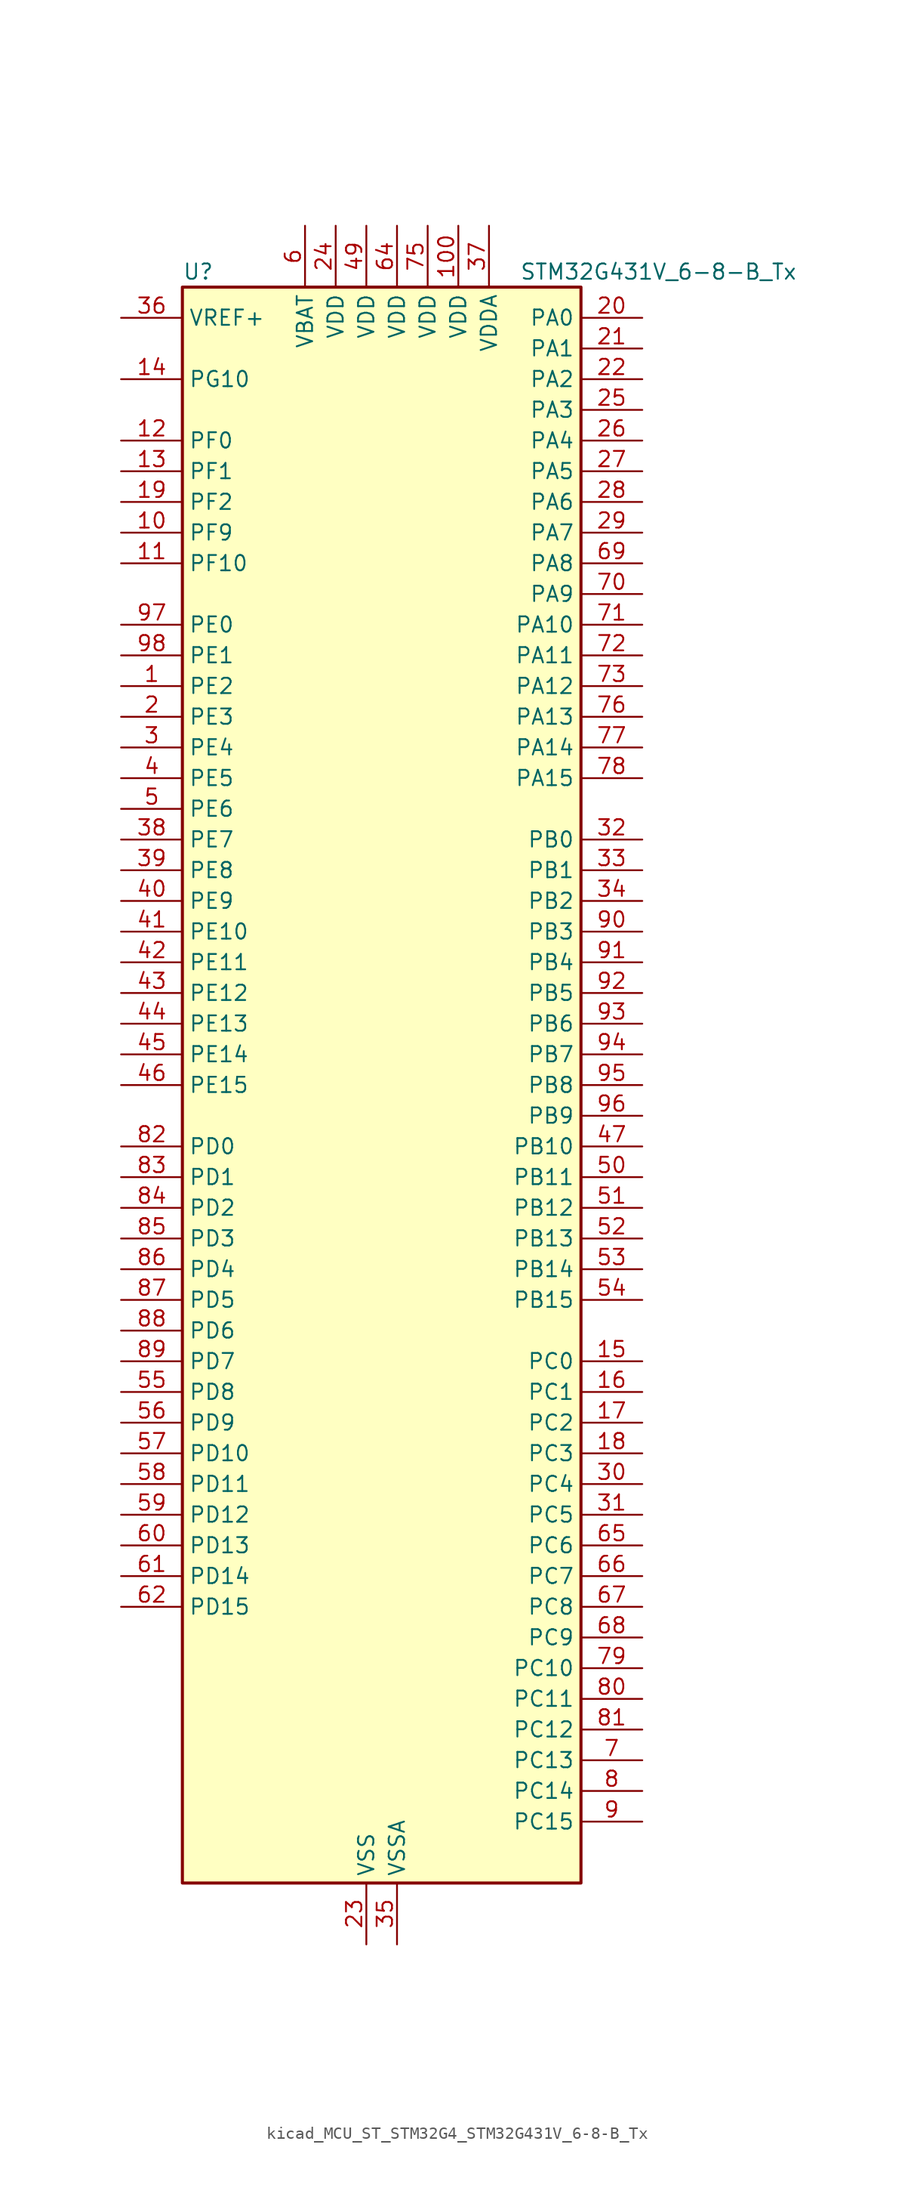
<source format=kicad_sym>
(kicad_symbol_lib
  (version 20220914)
  (generator kicad_symbol_editor)
  (symbol "kicad_MCU_ST_STM32G4_STM32G431V_6-8-B_Tx"
    (property "Reference" "U"
      (at -15.24 67.31 0)
      (effects (font (size 1.27 1.27)) (justify left)))
    (property "Value" "STM32G431V_6-8-B_Tx"
      (at 12.7 67.31 0)
      (effects (font (size 1.27 1.27)) (justify left)))
    (property "ki_locked" ""
      (at 0 0 0)
      (effects (font (size 1.27 1.27))))
    (symbol "kicad_MCU_ST_STM32G4_STM32G431V_6-8-B_Tx_0_1"
      (rectangle (start -15.24 -66.04) (end 17.78 66.04) (stroke (width 0.254) (type default)) (fill (type background))))
    (symbol "kicad_MCU_ST_STM32G4_STM32G431V_6-8-B_Tx_1_1"
      (pin bidirectional line (at -20.32 33.02 0) (length 5.08) (name "PE2" (effects (font (size 1.27 1.27)))) (number "1" (effects (font (size 1.27 1.27)))) (alternate "SAI1_CK1" bidirectional line) (alternate "SAI1_MCLK_A" bidirectional line) (alternate "SYS_TRACECLK" bidirectional line) (alternate "TIM3_CH1" bidirectional line))
      (pin bidirectional line (at -20.32 45.72 0) (length 5.08) (name "PF9" (effects (font (size 1.27 1.27)))) (number "10" (effects (font (size 1.27 1.27)))) (alternate "DAC1_EXTI9" bidirectional line) (alternate "DAC3_EXTI9" bidirectional line) (alternate "SAI1_FS_B" bidirectional line) (alternate "SPI2_SCK" bidirectional line) (alternate "TIM15_CH1" bidirectional line))
      (pin power_in line (at 7.62 71.12 270) (length 5.08) (name "VDD" (effects (font (size 1.27 1.27)))) (number "100" (effects (font (size 1.27 1.27)))))
      (pin bidirectional line (at -20.32 43.18 0) (length 5.08) (name "PF10" (effects (font (size 1.27 1.27)))) (number "11" (effects (font (size 1.27 1.27)))) (alternate "DAC1_EXTI10" bidirectional line) (alternate "DAC3_EXTI10" bidirectional line) (alternate "SAI1_D3" bidirectional line) (alternate "SPI2_SCK" bidirectional line) (alternate "TIM15_CH2" bidirectional line))
      (pin bidirectional line (at -20.32 53.34 0) (length 5.08) (name "PF0" (effects (font (size 1.27 1.27)))) (number "12" (effects (font (size 1.27 1.27)))) (alternate "ADC1_IN10" bidirectional line) (alternate "I2C2_SDA" bidirectional line) (alternate "I2S2_WS" bidirectional line) (alternate "RCC_OSC_IN" bidirectional line) (alternate "SPI2_NSS" bidirectional line) (alternate "TIM1_CH3N" bidirectional line))
      (pin bidirectional line (at -20.32 50.8 0) (length 5.08) (name "PF1" (effects (font (size 1.27 1.27)))) (number "13" (effects (font (size 1.27 1.27)))) (alternate "ADC2_IN10" bidirectional line) (alternate "COMP3_INM" bidirectional line) (alternate "I2S2_CK" bidirectional line) (alternate "RCC_OSC_OUT" bidirectional line) (alternate "SPI2_SCK" bidirectional line))
      (pin bidirectional line (at -20.32 58.42 0) (length 5.08) (name "PG10" (effects (font (size 1.27 1.27)))) (number "14" (effects (font (size 1.27 1.27)))) (alternate "DAC1_EXTI10" bidirectional line) (alternate "DAC3_EXTI10" bidirectional line) (alternate "RCC_MCO" bidirectional line))
      (pin bidirectional line (at 22.86 -22.86 180) (length 5.08) (name "PC0" (effects (font (size 1.27 1.27)))) (number "15" (effects (font (size 1.27 1.27)))) (alternate "ADC1_IN6" bidirectional line) (alternate "ADC2_IN6" bidirectional line) (alternate "COMP3_INM" bidirectional line) (alternate "LPTIM1_IN1" bidirectional line) (alternate "LPUART1_RX" bidirectional line) (alternate "TIM1_CH1" bidirectional line))
      (pin bidirectional line (at 22.86 -25.4 180) (length 5.08) (name "PC1" (effects (font (size 1.27 1.27)))) (number "16" (effects (font (size 1.27 1.27)))) (alternate "ADC1_IN7" bidirectional line) (alternate "ADC2_IN7" bidirectional line) (alternate "COMP3_INP" bidirectional line) (alternate "LPTIM1_OUT" bidirectional line) (alternate "LPUART1_TX" bidirectional line) (alternate "SAI1_SD_A" bidirectional line) (alternate "TIM1_CH2" bidirectional line))
      (pin bidirectional line (at 22.86 -27.94 180) (length 5.08) (name "PC2" (effects (font (size 1.27 1.27)))) (number "17" (effects (font (size 1.27 1.27)))) (alternate "ADC1_IN8" bidirectional line) (alternate "ADC2_IN8" bidirectional line) (alternate "COMP3_OUT" bidirectional line) (alternate "LPTIM1_IN2" bidirectional line) (alternate "TIM1_CH3" bidirectional line))
      (pin bidirectional line (at 22.86 -30.48 180) (length 5.08) (name "PC3" (effects (font (size 1.27 1.27)))) (number "18" (effects (font (size 1.27 1.27)))) (alternate "ADC1_IN9" bidirectional line) (alternate "ADC2_IN9" bidirectional line) (alternate "LPTIM1_ETR" bidirectional line) (alternate "SAI1_D1" bidirectional line) (alternate "SAI1_SD_A" bidirectional line) (alternate "TIM1_BKIN2" bidirectional line) (alternate "TIM1_CH4" bidirectional line))
      (pin bidirectional line (at -20.32 48.26 0) (length 5.08) (name "PF2" (effects (font (size 1.27 1.27)))) (number "19" (effects (font (size 1.27 1.27)))) (alternate "I2C2_SMBA" bidirectional line))
      (pin bidirectional line (at -20.32 30.48 0) (length 5.08) (name "PE3" (effects (font (size 1.27 1.27)))) (number "2" (effects (font (size 1.27 1.27)))) (alternate "SAI1_SD_B" bidirectional line) (alternate "SYS_TRACED0" bidirectional line) (alternate "TIM3_CH2" bidirectional line))
      (pin bidirectional line (at 22.86 63.5 180) (length 5.08) (name "PA0" (effects (font (size 1.27 1.27)))) (number "20" (effects (font (size 1.27 1.27)))) (alternate "ADC1_IN1" bidirectional line) (alternate "ADC2_IN1" bidirectional line) (alternate "COMP1_INM" bidirectional line) (alternate "COMP1_OUT" bidirectional line) (alternate "COMP3_INP" bidirectional line) (alternate "RTC_TAMP2" bidirectional line) (alternate "SYS_WKUP1" bidirectional line) (alternate "TIM2_CH1" bidirectional line) (alternate "TIM2_ETR" bidirectional line) (alternate "TIM8_BKIN" bidirectional line) (alternate "TIM8_ETR" bidirectional line) (alternate "USART2_CTS" bidirectional line) (alternate "USART2_NSS" bidirectional line))
      (pin bidirectional line (at 22.86 60.96 180) (length 5.08) (name "PA1" (effects (font (size 1.27 1.27)))) (number "21" (effects (font (size 1.27 1.27)))) (alternate "ADC1_IN2" bidirectional line) (alternate "ADC2_IN2" bidirectional line) (alternate "COMP1_INP" bidirectional line) (alternate "OPAMP1_VINP" bidirectional line) (alternate "OPAMP1_VINP_SEC" bidirectional line) (alternate "OPAMP3_VINP" bidirectional line) (alternate "OPAMP3_VINP_SEC" bidirectional line) (alternate "RTC_REFIN" bidirectional line) (alternate "TIM15_CH1N" bidirectional line) (alternate "TIM2_CH2" bidirectional line) (alternate "USART2_DE" bidirectional line) (alternate "USART2_RTS" bidirectional line))
      (pin bidirectional line (at 22.86 58.42 180) (length 5.08) (name "PA2" (effects (font (size 1.27 1.27)))) (number "22" (effects (font (size 1.27 1.27)))) (alternate "ADC1_IN3" bidirectional line) (alternate "COMP2_INM" bidirectional line) (alternate "COMP2_OUT" bidirectional line) (alternate "LPUART1_TX" bidirectional line) (alternate "OPAMP1_VOUT" bidirectional line) (alternate "RCC_LSCO" bidirectional line) (alternate "SYS_WKUP4" bidirectional line) (alternate "TIM15_CH1" bidirectional line) (alternate "TIM2_CH3" bidirectional line) (alternate "UCPD1_FRSTX1" bidirectional line) (alternate "UCPD1_FRSTX2" bidirectional line) (alternate "USART2_TX" bidirectional line))
      (pin power_in line (at 0 -71.12 90) (length 5.08) (name "VSS" (effects (font (size 1.27 1.27)))) (number "23" (effects (font (size 1.27 1.27)))))
      (pin power_in line (at -2.54 71.12 270) (length 5.08) (name "VDD" (effects (font (size 1.27 1.27)))) (number "24" (effects (font (size 1.27 1.27)))))
      (pin bidirectional line (at 22.86 55.88 180) (length 5.08) (name "PA3" (effects (font (size 1.27 1.27)))) (number "25" (effects (font (size 1.27 1.27)))) (alternate "ADC1_IN4" bidirectional line) (alternate "COMP2_INP" bidirectional line) (alternate "LPUART1_RX" bidirectional line) (alternate "OPAMP1_VINM" bidirectional line) (alternate "OPAMP1_VINM0" bidirectional line) (alternate "OPAMP1_VINM_SEC" bidirectional line) (alternate "OPAMP1_VINP" bidirectional line) (alternate "OPAMP1_VINP_SEC" bidirectional line) (alternate "SAI1_CK1" bidirectional line) (alternate "SAI1_MCLK_A" bidirectional line) (alternate "TIM15_CH2" bidirectional line) (alternate "TIM2_CH4" bidirectional line) (alternate "USART2_RX" bidirectional line))
      (pin bidirectional line (at 22.86 53.34 180) (length 5.08) (name "PA4" (effects (font (size 1.27 1.27)))) (number "26" (effects (font (size 1.27 1.27)))) (alternate "ADC2_IN17" bidirectional line) (alternate "COMP1_INM" bidirectional line) (alternate "DAC1_OUT1" bidirectional line) (alternate "I2S3_WS" bidirectional line) (alternate "SAI1_FS_B" bidirectional line) (alternate "SPI1_NSS" bidirectional line) (alternate "SPI3_NSS" bidirectional line) (alternate "TIM3_CH2" bidirectional line) (alternate "USART2_CK" bidirectional line))
      (pin bidirectional line (at 22.86 50.8 180) (length 5.08) (name "PA5" (effects (font (size 1.27 1.27)))) (number "27" (effects (font (size 1.27 1.27)))) (alternate "ADC2_IN13" bidirectional line) (alternate "COMP2_INM" bidirectional line) (alternate "DAC1_OUT2" bidirectional line) (alternate "OPAMP2_VINM" bidirectional line) (alternate "OPAMP2_VINM0" bidirectional line) (alternate "OPAMP2_VINM_SEC" bidirectional line) (alternate "SPI1_SCK" bidirectional line) (alternate "TIM2_CH1" bidirectional line) (alternate "TIM2_ETR" bidirectional line) (alternate "UCPD1_FRSTX1" bidirectional line) (alternate "UCPD1_FRSTX2" bidirectional line))
      (pin bidirectional line (at 22.86 48.26 180) (length 5.08) (name "PA6" (effects (font (size 1.27 1.27)))) (number "28" (effects (font (size 1.27 1.27)))) (alternate "ADC2_IN3" bidirectional line) (alternate "COMP1_OUT" bidirectional line) (alternate "LPUART1_CTS" bidirectional line) (alternate "OPAMP2_VOUT" bidirectional line) (alternate "SPI1_MISO" bidirectional line) (alternate "TIM16_CH1" bidirectional line) (alternate "TIM1_BKIN" bidirectional line) (alternate "TIM3_CH1" bidirectional line) (alternate "TIM8_BKIN" bidirectional line))
      (pin bidirectional line (at 22.86 45.72 180) (length 5.08) (name "PA7" (effects (font (size 1.27 1.27)))) (number "29" (effects (font (size 1.27 1.27)))) (alternate "ADC2_IN4" bidirectional line) (alternate "COMP2_INP" bidirectional line) (alternate "COMP2_OUT" bidirectional line) (alternate "OPAMP1_VINP" bidirectional line) (alternate "OPAMP1_VINP_SEC" bidirectional line) (alternate "OPAMP2_VINP" bidirectional line) (alternate "OPAMP2_VINP_SEC" bidirectional line) (alternate "SPI1_MOSI" bidirectional line) (alternate "TIM17_CH1" bidirectional line) (alternate "TIM1_CH1N" bidirectional line) (alternate "TIM3_CH2" bidirectional line) (alternate "TIM8_CH1N" bidirectional line) (alternate "UCPD1_FRSTX1" bidirectional line) (alternate "UCPD1_FRSTX2" bidirectional line))
      (pin bidirectional line (at -20.32 27.94 0) (length 5.08) (name "PE4" (effects (font (size 1.27 1.27)))) (number "3" (effects (font (size 1.27 1.27)))) (alternate "SAI1_D2" bidirectional line) (alternate "SAI1_FS_A" bidirectional line) (alternate "SYS_TRACED1" bidirectional line) (alternate "TIM3_CH3" bidirectional line))
      (pin bidirectional line (at 22.86 -33.02 180) (length 5.08) (name "PC4" (effects (font (size 1.27 1.27)))) (number "30" (effects (font (size 1.27 1.27)))) (alternate "ADC2_IN5" bidirectional line) (alternate "I2C2_SCL" bidirectional line) (alternate "TIM1_ETR" bidirectional line) (alternate "USART1_TX" bidirectional line))
      (pin bidirectional line (at 22.86 -35.56 180) (length 5.08) (name "PC5" (effects (font (size 1.27 1.27)))) (number "31" (effects (font (size 1.27 1.27)))) (alternate "ADC2_IN11" bidirectional line) (alternate "OPAMP1_VINM" bidirectional line) (alternate "OPAMP1_VINM1" bidirectional line) (alternate "OPAMP1_VINM_SEC" bidirectional line) (alternate "OPAMP2_VINM" bidirectional line) (alternate "OPAMP2_VINM1" bidirectional line) (alternate "OPAMP2_VINM_SEC" bidirectional line) (alternate "SAI1_D3" bidirectional line) (alternate "SYS_WKUP5" bidirectional line) (alternate "TIM15_BKIN" bidirectional line) (alternate "TIM1_CH4N" bidirectional line) (alternate "USART1_RX" bidirectional line))
      (pin bidirectional line (at 22.86 20.32 180) (length 5.08) (name "PB0" (effects (font (size 1.27 1.27)))) (number "32" (effects (font (size 1.27 1.27)))) (alternate "ADC1_IN15" bidirectional line) (alternate "COMP4_INP" bidirectional line) (alternate "OPAMP2_VINP" bidirectional line) (alternate "OPAMP2_VINP_SEC" bidirectional line) (alternate "OPAMP3_VINP" bidirectional line) (alternate "OPAMP3_VINP_SEC" bidirectional line) (alternate "TIM1_CH2N" bidirectional line) (alternate "TIM3_CH3" bidirectional line) (alternate "TIM8_CH2N" bidirectional line) (alternate "UCPD1_FRSTX1" bidirectional line) (alternate "UCPD1_FRSTX2" bidirectional line))
      (pin bidirectional line (at 22.86 17.78 180) (length 5.08) (name "PB1" (effects (font (size 1.27 1.27)))) (number "33" (effects (font (size 1.27 1.27)))) (alternate "ADC1_IN12" bidirectional line) (alternate "COMP1_INP" bidirectional line) (alternate "COMP4_OUT" bidirectional line) (alternate "LPUART1_DE" bidirectional line) (alternate "LPUART1_RTS" bidirectional line) (alternate "OPAMP3_VOUT" bidirectional line) (alternate "TIM1_CH3N" bidirectional line) (alternate "TIM3_CH4" bidirectional line) (alternate "TIM8_CH3N" bidirectional line))
      (pin bidirectional line (at 22.86 15.24 180) (length 5.08) (name "PB2" (effects (font (size 1.27 1.27)))) (number "34" (effects (font (size 1.27 1.27)))) (alternate "ADC2_IN12" bidirectional line) (alternate "COMP4_INM" bidirectional line) (alternate "I2C3_SMBA" bidirectional line) (alternate "LPTIM1_OUT" bidirectional line) (alternate "OPAMP3_VINM" bidirectional line) (alternate "OPAMP3_VINM0" bidirectional line) (alternate "OPAMP3_VINM_SEC" bidirectional line) (alternate "RTC_OUT2" bidirectional line))
      (pin power_in line (at 2.54 -71.12 90) (length 5.08) (name "VSSA" (effects (font (size 1.27 1.27)))) (number "35" (effects (font (size 1.27 1.27)))))
      (pin input line (at -20.32 63.5 0) (length 5.08) (name "VREF+" (effects (font (size 1.27 1.27)))) (number "36" (effects (font (size 1.27 1.27)))) (alternate "VREFBUF_OUT" bidirectional line))
      (pin power_in line (at 10.16 71.12 270) (length 5.08) (name "VDDA" (effects (font (size 1.27 1.27)))) (number "37" (effects (font (size 1.27 1.27)))))
      (pin bidirectional line (at -20.32 20.32 0) (length 5.08) (name "PE7" (effects (font (size 1.27 1.27)))) (number "38" (effects (font (size 1.27 1.27)))) (alternate "COMP4_INP" bidirectional line) (alternate "SAI1_SD_B" bidirectional line) (alternate "TIM1_ETR" bidirectional line))
      (pin bidirectional line (at -20.32 17.78 0) (length 5.08) (name "PE8" (effects (font (size 1.27 1.27)))) (number "39" (effects (font (size 1.27 1.27)))) (alternate "COMP4_INM" bidirectional line) (alternate "SAI1_SCK_B" bidirectional line) (alternate "TIM1_CH1N" bidirectional line))
      (pin bidirectional line (at -20.32 25.4 0) (length 5.08) (name "PE5" (effects (font (size 1.27 1.27)))) (number "4" (effects (font (size 1.27 1.27)))) (alternate "SAI1_CK2" bidirectional line) (alternate "SAI1_SCK_A" bidirectional line) (alternate "SYS_TRACED2" bidirectional line) (alternate "TIM3_CH4" bidirectional line))
      (pin bidirectional line (at -20.32 15.24 0) (length 5.08) (name "PE9" (effects (font (size 1.27 1.27)))) (number "40" (effects (font (size 1.27 1.27)))) (alternate "DAC1_EXTI9" bidirectional line) (alternate "DAC3_EXTI9" bidirectional line) (alternate "SAI1_FS_B" bidirectional line) (alternate "TIM1_CH1" bidirectional line))
      (pin bidirectional line (at -20.32 12.7 0) (length 5.08) (name "PE10" (effects (font (size 1.27 1.27)))) (number "41" (effects (font (size 1.27 1.27)))) (alternate "DAC1_EXTI10" bidirectional line) (alternate "DAC3_EXTI10" bidirectional line) (alternate "SAI1_MCLK_B" bidirectional line) (alternate "TIM1_CH2N" bidirectional line))
      (pin bidirectional line (at -20.32 10.16 0) (length 5.08) (name "PE11" (effects (font (size 1.27 1.27)))) (number "42" (effects (font (size 1.27 1.27)))) (alternate "ADC1_EXTI11" bidirectional line) (alternate "ADC2_EXTI11" bidirectional line) (alternate "TIM1_CH2" bidirectional line))
      (pin bidirectional line (at -20.32 7.62 0) (length 5.08) (name "PE12" (effects (font (size 1.27 1.27)))) (number "43" (effects (font (size 1.27 1.27)))) (alternate "TIM1_CH3N" bidirectional line))
      (pin bidirectional line (at -20.32 5.08 0) (length 5.08) (name "PE13" (effects (font (size 1.27 1.27)))) (number "44" (effects (font (size 1.27 1.27)))) (alternate "TIM1_CH3" bidirectional line))
      (pin bidirectional line (at -20.32 2.54 0) (length 5.08) (name "PE14" (effects (font (size 1.27 1.27)))) (number "45" (effects (font (size 1.27 1.27)))) (alternate "TIM1_BKIN2" bidirectional line) (alternate "TIM1_CH4" bidirectional line))
      (pin bidirectional line (at -20.32 0 0) (length 5.08) (name "PE15" (effects (font (size 1.27 1.27)))) (number "46" (effects (font (size 1.27 1.27)))) (alternate "ADC1_EXTI15" bidirectional line) (alternate "ADC2_EXTI15" bidirectional line) (alternate "TIM1_BKIN" bidirectional line) (alternate "TIM1_CH4N" bidirectional line) (alternate "USART3_RX" bidirectional line))
      (pin bidirectional line (at 22.86 -5.08 180) (length 5.08) (name "PB10" (effects (font (size 1.27 1.27)))) (number "47" (effects (font (size 1.27 1.27)))) (alternate "DAC1_EXTI10" bidirectional line) (alternate "DAC3_EXTI10" bidirectional line) (alternate "LPUART1_RX" bidirectional line) (alternate "OPAMP3_VINM" bidirectional line) (alternate "OPAMP3_VINM1" bidirectional line) (alternate "OPAMP3_VINM_SEC" bidirectional line) (alternate "SAI1_SCK_A" bidirectional line) (alternate "TIM1_BKIN" bidirectional line) (alternate "TIM2_CH3" bidirectional line) (alternate "USART3_TX" bidirectional line))
      (pin passive line (at 0 -71.12 90) (length 5.08) hide (name "VSS" (effects (font (size 1.27 1.27)))) (number "48" (effects (font (size 1.27 1.27)))))
      (pin power_in line (at 0 71.12 270) (length 5.08) (name "VDD" (effects (font (size 1.27 1.27)))) (number "49" (effects (font (size 1.27 1.27)))))
      (pin bidirectional line (at -20.32 22.86 0) (length 5.08) (name "PE6" (effects (font (size 1.27 1.27)))) (number "5" (effects (font (size 1.27 1.27)))) (alternate "RTC_TAMP3" bidirectional line) (alternate "SAI1_D1" bidirectional line) (alternate "SAI1_SD_A" bidirectional line) (alternate "SYS_TRACED3" bidirectional line) (alternate "SYS_WKUP3" bidirectional line))
      (pin bidirectional line (at 22.86 -7.62 180) (length 5.08) (name "PB11" (effects (font (size 1.27 1.27)))) (number "50" (effects (font (size 1.27 1.27)))) (alternate "ADC1_EXTI11" bidirectional line) (alternate "ADC1_IN14" bidirectional line) (alternate "ADC2_EXTI11" bidirectional line) (alternate "ADC2_IN14" bidirectional line) (alternate "LPUART1_TX" bidirectional line) (alternate "TIM2_CH4" bidirectional line) (alternate "USART3_RX" bidirectional line))
      (pin bidirectional line (at 22.86 -10.16 180) (length 5.08) (name "PB12" (effects (font (size 1.27 1.27)))) (number "51" (effects (font (size 1.27 1.27)))) (alternate "ADC1_IN11" bidirectional line) (alternate "I2C2_SMBA" bidirectional line) (alternate "I2S2_WS" bidirectional line) (alternate "LPUART1_DE" bidirectional line) (alternate "LPUART1_RTS" bidirectional line) (alternate "SPI2_NSS" bidirectional line) (alternate "TIM1_BKIN" bidirectional line) (alternate "USART3_CK" bidirectional line))
      (pin bidirectional line (at 22.86 -12.7 180) (length 5.08) (name "PB13" (effects (font (size 1.27 1.27)))) (number "52" (effects (font (size 1.27 1.27)))) (alternate "I2S2_CK" bidirectional line) (alternate "LPUART1_CTS" bidirectional line) (alternate "OPAMP3_VINP" bidirectional line) (alternate "OPAMP3_VINP_SEC" bidirectional line) (alternate "SPI2_SCK" bidirectional line) (alternate "TIM1_CH1N" bidirectional line) (alternate "USART3_CTS" bidirectional line) (alternate "USART3_NSS" bidirectional line))
      (pin bidirectional line (at 22.86 -15.24 180) (length 5.08) (name "PB14" (effects (font (size 1.27 1.27)))) (number "53" (effects (font (size 1.27 1.27)))) (alternate "ADC1_IN5" bidirectional line) (alternate "COMP4_OUT" bidirectional line) (alternate "OPAMP2_VINP" bidirectional line) (alternate "OPAMP2_VINP_SEC" bidirectional line) (alternate "SPI2_MISO" bidirectional line) (alternate "TIM15_CH1" bidirectional line) (alternate "TIM1_CH2N" bidirectional line) (alternate "USART3_DE" bidirectional line) (alternate "USART3_RTS" bidirectional line))
      (pin bidirectional line (at 22.86 -17.78 180) (length 5.08) (name "PB15" (effects (font (size 1.27 1.27)))) (number "54" (effects (font (size 1.27 1.27)))) (alternate "ADC1_EXTI15" bidirectional line) (alternate "ADC2_EXTI15" bidirectional line) (alternate "ADC2_IN15" bidirectional line) (alternate "COMP3_OUT" bidirectional line) (alternate "I2S2_SD" bidirectional line) (alternate "RTC_REFIN" bidirectional line) (alternate "SPI2_MOSI" bidirectional line) (alternate "TIM15_CH1N" bidirectional line) (alternate "TIM15_CH2" bidirectional line) (alternate "TIM1_CH3N" bidirectional line))
      (pin bidirectional line (at -20.32 -25.4 0) (length 5.08) (name "PD8" (effects (font (size 1.27 1.27)))) (number "55" (effects (font (size 1.27 1.27)))) (alternate "USART3_TX" bidirectional line))
      (pin bidirectional line (at -20.32 -27.94 0) (length 5.08) (name "PD9" (effects (font (size 1.27 1.27)))) (number "56" (effects (font (size 1.27 1.27)))) (alternate "DAC1_EXTI9" bidirectional line) (alternate "DAC3_EXTI9" bidirectional line) (alternate "USART3_RX" bidirectional line))
      (pin bidirectional line (at -20.32 -30.48 0) (length 5.08) (name "PD10" (effects (font (size 1.27 1.27)))) (number "57" (effects (font (size 1.27 1.27)))) (alternate "DAC1_EXTI10" bidirectional line) (alternate "DAC3_EXTI10" bidirectional line) (alternate "USART3_CK" bidirectional line))
      (pin bidirectional line (at -20.32 -33.02 0) (length 5.08) (name "PD11" (effects (font (size 1.27 1.27)))) (number "58" (effects (font (size 1.27 1.27)))) (alternate "ADC1_EXTI11" bidirectional line) (alternate "ADC2_EXTI11" bidirectional line) (alternate "USART3_CTS" bidirectional line) (alternate "USART3_NSS" bidirectional line))
      (pin bidirectional line (at -20.32 -35.56 0) (length 5.08) (name "PD12" (effects (font (size 1.27 1.27)))) (number "59" (effects (font (size 1.27 1.27)))) (alternate "TIM4_CH1" bidirectional line) (alternate "USART3_DE" bidirectional line) (alternate "USART3_RTS" bidirectional line))
      (pin power_in line (at -5.08 71.12 270) (length 5.08) (name "VBAT" (effects (font (size 1.27 1.27)))) (number "6" (effects (font (size 1.27 1.27)))))
      (pin bidirectional line (at -20.32 -38.1 0) (length 5.08) (name "PD13" (effects (font (size 1.27 1.27)))) (number "60" (effects (font (size 1.27 1.27)))) (alternate "TIM4_CH2" bidirectional line))
      (pin bidirectional line (at -20.32 -40.64 0) (length 5.08) (name "PD14" (effects (font (size 1.27 1.27)))) (number "61" (effects (font (size 1.27 1.27)))) (alternate "OPAMP2_VINP" bidirectional line) (alternate "OPAMP2_VINP_SEC" bidirectional line) (alternate "TIM4_CH3" bidirectional line))
      (pin bidirectional line (at -20.32 -43.18 0) (length 5.08) (name "PD15" (effects (font (size 1.27 1.27)))) (number "62" (effects (font (size 1.27 1.27)))) (alternate "ADC1_EXTI15" bidirectional line) (alternate "ADC2_EXTI15" bidirectional line) (alternate "SPI2_NSS" bidirectional line) (alternate "TIM4_CH4" bidirectional line))
      (pin passive line (at 0 -71.12 90) (length 5.08) hide (name "VSS" (effects (font (size 1.27 1.27)))) (number "63" (effects (font (size 1.27 1.27)))))
      (pin power_in line (at 2.54 71.12 270) (length 5.08) (name "VDD" (effects (font (size 1.27 1.27)))) (number "64" (effects (font (size 1.27 1.27)))))
      (pin bidirectional line (at 22.86 -38.1 180) (length 5.08) (name "PC6" (effects (font (size 1.27 1.27)))) (number "65" (effects (font (size 1.27 1.27)))) (alternate "I2S2_MCK" bidirectional line) (alternate "TIM3_CH1" bidirectional line) (alternate "TIM8_CH1" bidirectional line))
      (pin bidirectional line (at 22.86 -40.64 180) (length 5.08) (name "PC7" (effects (font (size 1.27 1.27)))) (number "66" (effects (font (size 1.27 1.27)))) (alternate "I2S3_MCK" bidirectional line) (alternate "TIM3_CH2" bidirectional line) (alternate "TIM8_CH2" bidirectional line))
      (pin bidirectional line (at 22.86 -43.18 180) (length 5.08) (name "PC8" (effects (font (size 1.27 1.27)))) (number "67" (effects (font (size 1.27 1.27)))) (alternate "I2C3_SCL" bidirectional line) (alternate "TIM3_CH3" bidirectional line) (alternate "TIM8_CH3" bidirectional line))
      (pin bidirectional line (at 22.86 -45.72 180) (length 5.08) (name "PC9" (effects (font (size 1.27 1.27)))) (number "68" (effects (font (size 1.27 1.27)))) (alternate "DAC1_EXTI9" bidirectional line) (alternate "DAC3_EXTI9" bidirectional line) (alternate "I2C3_SDA" bidirectional line) (alternate "I2S_CKIN" bidirectional line) (alternate "TIM3_CH4" bidirectional line) (alternate "TIM8_BKIN2" bidirectional line) (alternate "TIM8_CH4" bidirectional line))
      (pin bidirectional line (at 22.86 43.18 180) (length 5.08) (name "PA8" (effects (font (size 1.27 1.27)))) (number "69" (effects (font (size 1.27 1.27)))) (alternate "I2C2_SDA" bidirectional line) (alternate "I2C3_SCL" bidirectional line) (alternate "I2S2_MCK" bidirectional line) (alternate "RCC_MCO" bidirectional line) (alternate "SAI1_CK2" bidirectional line) (alternate "SAI1_SCK_A" bidirectional line) (alternate "TIM1_CH1" bidirectional line) (alternate "TIM4_ETR" bidirectional line) (alternate "USART1_CK" bidirectional line))
      (pin bidirectional line (at 22.86 -55.88 180) (length 5.08) (name "PC13" (effects (font (size 1.27 1.27)))) (number "7" (effects (font (size 1.27 1.27)))) (alternate "RTC_OUT1" bidirectional line) (alternate "RTC_TAMP1" bidirectional line) (alternate "RTC_TS" bidirectional line) (alternate "SYS_WKUP2" bidirectional line) (alternate "TIM1_BKIN" bidirectional line) (alternate "TIM1_CH1N" bidirectional line) (alternate "TIM8_CH4N" bidirectional line))
      (pin bidirectional line (at 22.86 40.64 180) (length 5.08) (name "PA9" (effects (font (size 1.27 1.27)))) (number "70" (effects (font (size 1.27 1.27)))) (alternate "DAC1_EXTI9" bidirectional line) (alternate "DAC3_EXTI9" bidirectional line) (alternate "I2C2_SCL" bidirectional line) (alternate "I2C3_SMBA" bidirectional line) (alternate "I2S3_MCK" bidirectional line) (alternate "SAI1_FS_A" bidirectional line) (alternate "TIM15_BKIN" bidirectional line) (alternate "TIM1_CH2" bidirectional line) (alternate "TIM2_CH3" bidirectional line) (alternate "UCPD1_DBCC1" bidirectional line) (alternate "USART1_TX" bidirectional line))
      (pin bidirectional line (at 22.86 38.1 180) (length 5.08) (name "PA10" (effects (font (size 1.27 1.27)))) (number "71" (effects (font (size 1.27 1.27)))) (alternate "CRS_SYNC" bidirectional line) (alternate "DAC1_EXTI10" bidirectional line) (alternate "DAC3_EXTI10" bidirectional line) (alternate "I2C2_SMBA" bidirectional line) (alternate "SAI1_D1" bidirectional line) (alternate "SAI1_SD_A" bidirectional line) (alternate "SPI2_MISO" bidirectional line) (alternate "TIM17_BKIN" bidirectional line) (alternate "TIM1_CH3" bidirectional line) (alternate "TIM2_CH4" bidirectional line) (alternate "TIM8_BKIN" bidirectional line) (alternate "UCPD1_DBCC2" bidirectional line) (alternate "USART1_RX" bidirectional line))
      (pin bidirectional line (at 22.86 35.56 180) (length 5.08) (name "PA11" (effects (font (size 1.27 1.27)))) (number "72" (effects (font (size 1.27 1.27)))) (alternate "ADC1_EXTI11" bidirectional line) (alternate "ADC2_EXTI11" bidirectional line) (alternate "COMP1_OUT" bidirectional line) (alternate "FDCAN1_RX" bidirectional line) (alternate "I2S2_SD" bidirectional line) (alternate "SPI2_MOSI" bidirectional line) (alternate "TIM1_BKIN2" bidirectional line) (alternate "TIM1_CH1N" bidirectional line) (alternate "TIM1_CH4" bidirectional line) (alternate "TIM4_CH1" bidirectional line) (alternate "USART1_CTS" bidirectional line) (alternate "USART1_NSS" bidirectional line) (alternate "USB_DM" bidirectional line))
      (pin bidirectional line (at 22.86 33.02 180) (length 5.08) (name "PA12" (effects (font (size 1.27 1.27)))) (number "73" (effects (font (size 1.27 1.27)))) (alternate "COMP2_OUT" bidirectional line) (alternate "FDCAN1_TX" bidirectional line) (alternate "I2S_CKIN" bidirectional line) (alternate "TIM16_CH1" bidirectional line) (alternate "TIM1_CH2N" bidirectional line) (alternate "TIM1_ETR" bidirectional line) (alternate "TIM4_CH2" bidirectional line) (alternate "USART1_DE" bidirectional line) (alternate "USART1_RTS" bidirectional line) (alternate "USB_DP" bidirectional line))
      (pin passive line (at 0 -71.12 90) (length 5.08) hide (name "VSS" (effects (font (size 1.27 1.27)))) (number "74" (effects (font (size 1.27 1.27)))))
      (pin power_in line (at 5.08 71.12 270) (length 5.08) (name "VDD" (effects (font (size 1.27 1.27)))) (number "75" (effects (font (size 1.27 1.27)))))
      (pin bidirectional line (at 22.86 30.48 180) (length 5.08) (name "PA13" (effects (font (size 1.27 1.27)))) (number "76" (effects (font (size 1.27 1.27)))) (alternate "I2C1_SCL" bidirectional line) (alternate "IR_OUT" bidirectional line) (alternate "SAI1_SD_B" bidirectional line) (alternate "SYS_JTMS-SWDIO" bidirectional line) (alternate "TIM16_CH1N" bidirectional line) (alternate "TIM4_CH3" bidirectional line) (alternate "USART3_CTS" bidirectional line) (alternate "USART3_NSS" bidirectional line))
      (pin bidirectional line (at 22.86 27.94 180) (length 5.08) (name "PA14" (effects (font (size 1.27 1.27)))) (number "77" (effects (font (size 1.27 1.27)))) (alternate "I2C1_SDA" bidirectional line) (alternate "LPTIM1_OUT" bidirectional line) (alternate "SAI1_FS_B" bidirectional line) (alternate "SYS_JTCK-SWCLK" bidirectional line) (alternate "TIM1_BKIN" bidirectional line) (alternate "TIM8_CH2" bidirectional line) (alternate "USART2_TX" bidirectional line))
      (pin bidirectional line (at 22.86 25.4 180) (length 5.08) (name "PA15" (effects (font (size 1.27 1.27)))) (number "78" (effects (font (size 1.27 1.27)))) (alternate "ADC1_EXTI15" bidirectional line) (alternate "ADC2_EXTI15" bidirectional line) (alternate "I2C1_SCL" bidirectional line) (alternate "I2S3_WS" bidirectional line) (alternate "SPI1_NSS" bidirectional line) (alternate "SPI3_NSS" bidirectional line) (alternate "SYS_JTDI" bidirectional line) (alternate "TIM1_BKIN" bidirectional line) (alternate "TIM2_CH1" bidirectional line) (alternate "TIM2_ETR" bidirectional line) (alternate "TIM8_CH1" bidirectional line) (alternate "UART4_DE" bidirectional line) (alternate "UART4_RTS" bidirectional line) (alternate "USART2_RX" bidirectional line))
      (pin bidirectional line (at 22.86 -48.26 180) (length 5.08) (name "PC10" (effects (font (size 1.27 1.27)))) (number "79" (effects (font (size 1.27 1.27)))) (alternate "DAC1_EXTI10" bidirectional line) (alternate "DAC3_EXTI10" bidirectional line) (alternate "I2S3_CK" bidirectional line) (alternate "SPI3_SCK" bidirectional line) (alternate "TIM8_CH1N" bidirectional line) (alternate "UART4_TX" bidirectional line) (alternate "USART3_TX" bidirectional line))
      (pin bidirectional line (at 22.86 -58.42 180) (length 5.08) (name "PC14" (effects (font (size 1.27 1.27)))) (number "8" (effects (font (size 1.27 1.27)))) (alternate "RCC_OSC32_IN" bidirectional line))
      (pin bidirectional line (at 22.86 -50.8 180) (length 5.08) (name "PC11" (effects (font (size 1.27 1.27)))) (number "80" (effects (font (size 1.27 1.27)))) (alternate "ADC1_EXTI11" bidirectional line) (alternate "ADC2_EXTI11" bidirectional line) (alternate "I2C3_SDA" bidirectional line) (alternate "SPI3_MISO" bidirectional line) (alternate "TIM8_CH2N" bidirectional line) (alternate "UART4_RX" bidirectional line) (alternate "USART3_RX" bidirectional line))
      (pin bidirectional line (at 22.86 -53.34 180) (length 5.08) (name "PC12" (effects (font (size 1.27 1.27)))) (number "81" (effects (font (size 1.27 1.27)))) (alternate "I2S3_SD" bidirectional line) (alternate "SPI3_MOSI" bidirectional line) (alternate "TIM8_CH3N" bidirectional line) (alternate "UCPD1_FRSTX1" bidirectional line) (alternate "UCPD1_FRSTX2" bidirectional line) (alternate "USART3_CK" bidirectional line))
      (pin bidirectional line (at -20.32 -5.08 0) (length 5.08) (name "PD0" (effects (font (size 1.27 1.27)))) (number "82" (effects (font (size 1.27 1.27)))) (alternate "FDCAN1_RX" bidirectional line) (alternate "TIM8_CH4N" bidirectional line))
      (pin bidirectional line (at -20.32 -7.62 0) (length 5.08) (name "PD1" (effects (font (size 1.27 1.27)))) (number "83" (effects (font (size 1.27 1.27)))) (alternate "FDCAN1_TX" bidirectional line) (alternate "TIM8_BKIN2" bidirectional line) (alternate "TIM8_CH4" bidirectional line))
      (pin bidirectional line (at -20.32 -10.16 0) (length 5.08) (name "PD2" (effects (font (size 1.27 1.27)))) (number "84" (effects (font (size 1.27 1.27)))) (alternate "TIM3_ETR" bidirectional line) (alternate "TIM8_BKIN" bidirectional line))
      (pin bidirectional line (at -20.32 -12.7 0) (length 5.08) (name "PD3" (effects (font (size 1.27 1.27)))) (number "85" (effects (font (size 1.27 1.27)))) (alternate "TIM2_CH1" bidirectional line) (alternate "TIM2_ETR" bidirectional line) (alternate "USART2_CTS" bidirectional line) (alternate "USART2_NSS" bidirectional line))
      (pin bidirectional line (at -20.32 -15.24 0) (length 5.08) (name "PD4" (effects (font (size 1.27 1.27)))) (number "86" (effects (font (size 1.27 1.27)))) (alternate "TIM2_CH2" bidirectional line) (alternate "USART2_DE" bidirectional line) (alternate "USART2_RTS" bidirectional line))
      (pin bidirectional line (at -20.32 -17.78 0) (length 5.08) (name "PD5" (effects (font (size 1.27 1.27)))) (number "87" (effects (font (size 1.27 1.27)))) (alternate "USART2_TX" bidirectional line))
      (pin bidirectional line (at -20.32 -20.32 0) (length 5.08) (name "PD6" (effects (font (size 1.27 1.27)))) (number "88" (effects (font (size 1.27 1.27)))) (alternate "SAI1_D1" bidirectional line) (alternate "SAI1_SD_A" bidirectional line) (alternate "TIM2_CH4" bidirectional line) (alternate "USART2_RX" bidirectional line))
      (pin bidirectional line (at -20.32 -22.86 0) (length 5.08) (name "PD7" (effects (font (size 1.27 1.27)))) (number "89" (effects (font (size 1.27 1.27)))) (alternate "TIM2_CH3" bidirectional line) (alternate "USART2_CK" bidirectional line))
      (pin bidirectional line (at 22.86 -60.96 180) (length 5.08) (name "PC15" (effects (font (size 1.27 1.27)))) (number "9" (effects (font (size 1.27 1.27)))) (alternate "ADC1_EXTI15" bidirectional line) (alternate "ADC2_EXTI15" bidirectional line) (alternate "RCC_OSC32_OUT" bidirectional line))
      (pin bidirectional line (at 22.86 12.7 180) (length 5.08) (name "PB3" (effects (font (size 1.27 1.27)))) (number "90" (effects (font (size 1.27 1.27)))) (alternate "CRS_SYNC" bidirectional line) (alternate "I2S3_CK" bidirectional line) (alternate "SAI1_SCK_B" bidirectional line) (alternate "SPI1_SCK" bidirectional line) (alternate "SPI3_SCK" bidirectional line) (alternate "SYS_JTDO-SWO" bidirectional line) (alternate "TIM2_CH2" bidirectional line) (alternate "TIM3_ETR" bidirectional line) (alternate "TIM4_ETR" bidirectional line) (alternate "TIM8_CH1N" bidirectional line) (alternate "USART2_TX" bidirectional line))
      (pin bidirectional line (at 22.86 10.16 180) (length 5.08) (name "PB4" (effects (font (size 1.27 1.27)))) (number "91" (effects (font (size 1.27 1.27)))) (alternate "SAI1_MCLK_B" bidirectional line) (alternate "SPI1_MISO" bidirectional line) (alternate "SPI3_MISO" bidirectional line) (alternate "SYS_JTRST" bidirectional line) (alternate "TIM16_CH1" bidirectional line) (alternate "TIM17_BKIN" bidirectional line) (alternate "TIM3_CH1" bidirectional line) (alternate "TIM8_CH2N" bidirectional line) (alternate "UCPD1_CC2" bidirectional line) (alternate "USART2_RX" bidirectional line))
      (pin bidirectional line (at 22.86 7.62 180) (length 5.08) (name "PB5" (effects (font (size 1.27 1.27)))) (number "92" (effects (font (size 1.27 1.27)))) (alternate "I2C1_SMBA" bidirectional line) (alternate "I2C3_SDA" bidirectional line) (alternate "I2S3_SD" bidirectional line) (alternate "LPTIM1_IN1" bidirectional line) (alternate "SAI1_SD_B" bidirectional line) (alternate "SPI1_MOSI" bidirectional line) (alternate "SPI3_MOSI" bidirectional line) (alternate "TIM16_BKIN" bidirectional line) (alternate "TIM17_CH1" bidirectional line) (alternate "TIM3_CH2" bidirectional line) (alternate "TIM8_CH3N" bidirectional line) (alternate "USART2_CK" bidirectional line))
      (pin bidirectional line (at 22.86 5.08 180) (length 5.08) (name "PB6" (effects (font (size 1.27 1.27)))) (number "93" (effects (font (size 1.27 1.27)))) (alternate "COMP4_OUT" bidirectional line) (alternate "LPTIM1_ETR" bidirectional line) (alternate "SAI1_FS_B" bidirectional line) (alternate "TIM16_CH1N" bidirectional line) (alternate "TIM4_CH1" bidirectional line) (alternate "TIM8_BKIN2" bidirectional line) (alternate "TIM8_CH1" bidirectional line) (alternate "TIM8_ETR" bidirectional line) (alternate "UCPD1_CC1" bidirectional line) (alternate "USART1_TX" bidirectional line))
      (pin bidirectional line (at 22.86 2.54 180) (length 5.08) (name "PB7" (effects (font (size 1.27 1.27)))) (number "94" (effects (font (size 1.27 1.27)))) (alternate "COMP3_OUT" bidirectional line) (alternate "I2C1_SDA" bidirectional line) (alternate "LPTIM1_IN2" bidirectional line) (alternate "SYS_PVD_IN" bidirectional line) (alternate "TIM17_CH1N" bidirectional line) (alternate "TIM3_CH4" bidirectional line) (alternate "TIM4_CH2" bidirectional line) (alternate "TIM8_BKIN" bidirectional line) (alternate "UART4_CTS" bidirectional line) (alternate "USART1_RX" bidirectional line))
      (pin bidirectional line (at 22.86 0 180) (length 5.08) (name "PB8" (effects (font (size 1.27 1.27)))) (number "95" (effects (font (size 1.27 1.27)))) (alternate "COMP1_OUT" bidirectional line) (alternate "FDCAN1_RX" bidirectional line) (alternate "I2C1_SCL" bidirectional line) (alternate "SAI1_CK1" bidirectional line) (alternate "SAI1_MCLK_A" bidirectional line) (alternate "TIM16_CH1" bidirectional line) (alternate "TIM1_BKIN" bidirectional line) (alternate "TIM4_CH3" bidirectional line) (alternate "TIM8_CH2" bidirectional line) (alternate "USART3_RX" bidirectional line))
      (pin bidirectional line (at 22.86 -2.54 180) (length 5.08) (name "PB9" (effects (font (size 1.27 1.27)))) (number "96" (effects (font (size 1.27 1.27)))) (alternate "COMP2_OUT" bidirectional line) (alternate "DAC1_EXTI9" bidirectional line) (alternate "DAC3_EXTI9" bidirectional line) (alternate "FDCAN1_TX" bidirectional line) (alternate "I2C1_SDA" bidirectional line) (alternate "IR_OUT" bidirectional line) (alternate "SAI1_D2" bidirectional line) (alternate "SAI1_FS_A" bidirectional line) (alternate "TIM17_CH1" bidirectional line) (alternate "TIM1_CH3N" bidirectional line) (alternate "TIM4_CH4" bidirectional line) (alternate "TIM8_CH3" bidirectional line) (alternate "USART3_TX" bidirectional line))
      (pin bidirectional line (at -20.32 38.1 0) (length 5.08) (name "PE0" (effects (font (size 1.27 1.27)))) (number "97" (effects (font (size 1.27 1.27)))) (alternate "TIM16_CH1" bidirectional line) (alternate "TIM4_ETR" bidirectional line) (alternate "USART1_TX" bidirectional line))
      (pin bidirectional line (at -20.32 35.56 0) (length 5.08) (name "PE1" (effects (font (size 1.27 1.27)))) (number "98" (effects (font (size 1.27 1.27)))) (alternate "TIM17_CH1" bidirectional line) (alternate "USART1_RX" bidirectional line))
      (pin passive line (at 0 -71.12 90) (length 5.08) hide (name "VSS" (effects (font (size 1.27 1.27)))) (number "99" (effects (font (size 1.27 1.27))))))))
</source>
